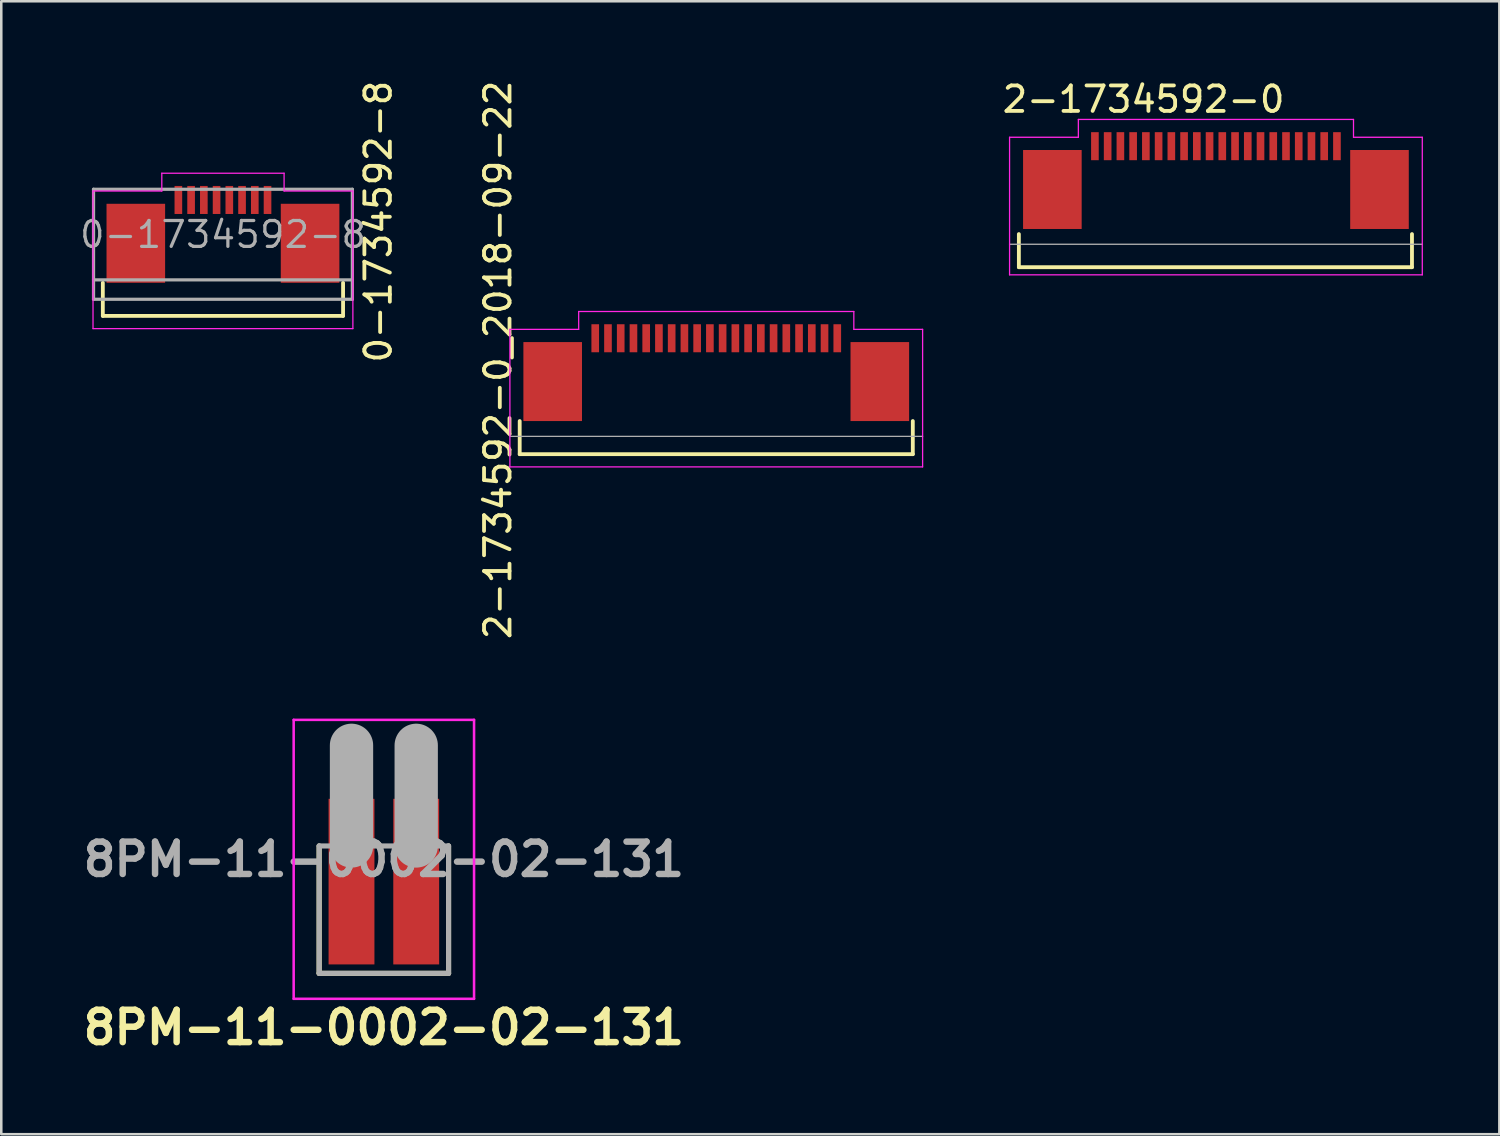
<source format=kicad_pcb>
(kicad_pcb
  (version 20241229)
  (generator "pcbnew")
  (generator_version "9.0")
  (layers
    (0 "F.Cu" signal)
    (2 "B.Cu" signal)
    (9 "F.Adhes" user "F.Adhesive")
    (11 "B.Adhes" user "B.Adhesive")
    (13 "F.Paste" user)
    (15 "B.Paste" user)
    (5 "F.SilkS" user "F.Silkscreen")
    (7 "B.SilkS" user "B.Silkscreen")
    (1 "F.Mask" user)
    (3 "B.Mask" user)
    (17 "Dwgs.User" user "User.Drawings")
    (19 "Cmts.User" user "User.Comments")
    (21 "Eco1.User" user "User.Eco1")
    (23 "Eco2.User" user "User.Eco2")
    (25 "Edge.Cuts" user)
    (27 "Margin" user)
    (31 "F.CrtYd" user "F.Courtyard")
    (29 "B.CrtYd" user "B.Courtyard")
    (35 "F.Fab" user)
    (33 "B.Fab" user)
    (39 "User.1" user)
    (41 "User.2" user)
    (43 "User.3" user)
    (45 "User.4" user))
  (footprint "8PM-11-0002-02-131"
    (layer "F.Cu")
    (at 12.017 30.68)
    (property "Reference" "8PM-11-0002-02-131" (at 0 6.6 0) (layer "F.SilkS") (effects (font (size 1.27 1.27) (thickness 0.254))))
    (attr smd)
    (fp_line (start -2.54 -0.525) (end -2.54 4.475) (stroke (width 0.2) (type solid)) (layer "F.SilkS"))
    (fp_line (start -2.54 4.475) (end 2.54 4.475) (stroke (width 0.2) (type solid)) (layer "F.SilkS"))
    (fp_line (start 2.54 4.475) (end 2.54 -0.525) (stroke (width 0.2) (type solid)) (layer "F.SilkS"))
    (fp_line (start -3.54 -5.475) (end 3.54 -5.475) (stroke (width 0.1) (type solid)) (layer "F.CrtYd"))
    (fp_line (start -3.54 5.475) (end -3.54 -5.475) (stroke (width 0.1) (type solid)) (layer "F.CrtYd"))
    (fp_line (start 3.54 -5.475) (end 3.54 5.475) (stroke (width 0.1) (type solid)) (layer "F.CrtYd"))
    (fp_line (start 3.54 5.475) (end -3.54 5.475) (stroke (width 0.1) (type solid)) (layer "F.CrtYd"))
    (fp_line (start -2.54 -0.525) (end 2.54 -0.525) (stroke (width 0.2) (type solid)) (layer "F.Fab"))
    (fp_line (start -2.54 4.475) (end -2.54 -0.525) (stroke (width 0.2) (type solid)) (layer "F.Fab"))
    (fp_line (start -1.27 -0.525) (end -1.27 -4.475) (stroke (width 1.7) (type solid)) (layer "F.Fab"))
    (fp_line (start 1.27 -0.525) (end 1.27 -4.475) (stroke (width 1.7) (type solid)) (layer "F.Fab"))
    (fp_line (start 2.54 -0.525) (end 2.54 4.475) (stroke (width 0.2) (type solid)) (layer "F.Fab"))
    (fp_line (start 2.54 4.475) (end -2.54 4.475) (stroke (width 0.2) (type solid)) (layer "F.Fab"))
    (fp_text user "${REFERENCE}" (at 0 0 0) (layer "F.Fab") (effects (font (size 1.27 1.27) (thickness 0.254))))
    (pad "1" smd rect (at -1.27 0.875) (size 1.8 6.5) (layers "F.Cu" "F.Mask" "F.Paste"))
    (pad "2" smd rect (at 1.27 0.875) (size 1.8 6.5) (layers "F.Cu" "F.Mask" "F.Paste")))
  (footprint "0-1734592-8"
    (layer "F.Cu")
    (at 5.701 5.649)
    (property "Reference" "0-1734592-8" (at 6.096 0 90) (layer "F.SilkS") (effects (font (size 1 1) (thickness 0.15))))
    (attr smd)
    (fp_line (start -4.715 2.4) (end -4.715 3.7) (stroke (width 0.15) (type solid)) (layer "F.SilkS"))
    (fp_line (start -4.715 3.7) (end 4.715 3.7) (stroke (width 0.15) (type solid)) (layer "F.SilkS"))
    (fp_line (start 4.715 2.4) (end 4.715 3.7) (stroke (width 0.15) (type solid)) (layer "F.SilkS"))
    (fp_line (start -5.1 -1.2) (end -5.1 4.2) (stroke (width 0.05) (type solid)) (layer "F.CrtYd"))
    (fp_line (start -5.1 -1.2) (end -2.4 -1.2) (stroke (width 0.05) (type solid)) (layer "F.CrtYd"))
    (fp_line (start -5.1 4.2) (end 5.1 4.2) (stroke (width 0.05) (type solid)) (layer "F.CrtYd"))
    (fp_line (start -2.4 -1.9) (end -2.4 -1.2) (stroke (width 0.05) (type solid)) (layer "F.CrtYd"))
    (fp_line (start -2.4 -1.9) (end 2.4 -1.9) (stroke (width 0.05) (type solid)) (layer "F.CrtYd"))
    (fp_line (start 2.4 -1.9) (end 2.4 -1.2) (stroke (width 0.05) (type solid)) (layer "F.CrtYd"))
    (fp_line (start 2.4 -1.2) (end 5.1 -1.2) (stroke (width 0.05) (type solid)) (layer "F.CrtYd"))
    (fp_line (start 5.1 -1.2) (end 5.1 4.2) (stroke (width 0.05) (type solid)) (layer "F.CrtYd"))
    (fp_line (start -5.08 -1.27) (end 5.08 -1.27) (stroke (width 0.127) (type solid)) (layer "F.Fab"))
    (fp_line (start -5.08 3.048) (end -5.08 -1.27) (stroke (width 0.127) (type solid)) (layer "F.Fab"))
    (fp_line (start 5.08 -1.27) (end 5.08 3.048) (stroke (width 0.127) (type solid)) (layer "F.Fab"))
    (fp_line (start 5.08 2.286) (end -5.08 2.286) (stroke (width 0.127) (type solid)) (layer "F.Fab"))
    (fp_line (start 5.08 3.048) (end -5.08 3.048) (stroke (width 0.127) (type solid)) (layer "F.Fab"))
    (fp_text user "${REFERENCE}" (at 0 0.508 0) (layer "F.Fab") (effects (font (size 1.016 1.016) (thickness 0.127))))
    (pad "1" smd rect (at -1.75 -0.85) (size 0.3 1.1) (layers "F.Cu" "F.Mask" "F.Paste"))
    (pad "2" smd rect (at -1.25 -0.85) (size 0.3 1.1) (layers "F.Cu" "F.Mask" "F.Paste"))
    (pad "3" smd rect (at -0.75 -0.85) (size 0.3 1.1) (layers "F.Cu" "F.Mask" "F.Paste"))
    (pad "4" smd rect (at -0.25 -0.85) (size 0.3 1.1) (layers "F.Cu" "F.Mask" "F.Paste"))
    (pad "5" smd rect (at 0.25 -0.85) (size 0.3 1.1) (layers "F.Cu" "F.Mask" "F.Paste"))
    (pad "6" smd rect (at 0.75 -0.85) (size 0.3 1.1) (layers "F.Cu" "F.Mask" "F.Paste"))
    (pad "7" smd rect (at 1.25 -0.85) (size 0.3 1.1) (layers "F.Cu" "F.Mask" "F.Paste"))
    (pad "8" smd rect (at 1.75 -0.85) (size 0.3 1.1) (layers "F.Cu" "F.Mask" "F.Paste"))
    (pad "F1" smd rect (at -3.42 0.85) (size 2.3 3.1) (layers "F.Cu" "F.Mask" "F.Paste"))
    (pad "F2" smd rect (at 3.42 0.85) (size 2.3 3.1) (layers "F.Cu" "F.Mask" "F.Paste")))
  (footprint "2-1734592-0"
    (layer "F.Cu")
    (at 44.677 3.538)
    (property "Reference" "2-1734592-0" (at -2.84 -2.69 0) (layer "F.SilkS") (effects (font (size 1 1) (thickness 0.15))))
    (attr smd)
    (fp_line (start -7.735 2.6) (end -7.735 3.9) (stroke (width 0.15) (type solid)) (layer "F.SilkS"))
    (fp_line (start -7.735 3.9) (end 7.695 3.9) (stroke (width 0.15) (type solid)) (layer "F.SilkS"))
    (fp_line (start 7.695 2.6) (end 7.695 3.9) (stroke (width 0.15) (type solid)) (layer "F.SilkS"))
    (fp_line (start -8.1 -1.2) (end -8.1 4.2) (stroke (width 0.05) (type solid)) (layer "F.CrtYd"))
    (fp_line (start -8.1 -1.2) (end -5.4 -1.2) (stroke (width 0.05) (type solid)) (layer "F.CrtYd"))
    (fp_line (start -8.1 4.2) (end 8.1 4.2) (stroke (width 0.05) (type solid)) (layer "F.CrtYd"))
    (fp_line (start -5.4 -1.9) (end -5.4 -1.2) (stroke (width 0.05) (type solid)) (layer "F.CrtYd"))
    (fp_line (start -5.4 -1.9) (end 5.4 -1.9) (stroke (width 0.05) (type solid)) (layer "F.CrtYd"))
    (fp_line (start 5.4 -1.9) (end 5.4 -1.2) (stroke (width 0.05) (type solid)) (layer "F.CrtYd"))
    (fp_line (start 5.4 -1.2) (end 8.1 -1.2) (stroke (width 0.05) (type solid)) (layer "F.CrtYd"))
    (fp_line (start 8.1 -1.2) (end 8.1 4.2) (stroke (width 0.05) (type solid)) (layer "F.CrtYd"))
    (fp_line (start -8.1 3) (end 8.1 3) (stroke (width 0.05) (type solid)) (layer "F.Fab"))
    (pad "1" smd rect (at -4.75 -0.85) (size 0.3 1.1) (layers "F.Cu" "F.Mask" "F.Paste"))
    (pad "2" smd rect (at -4.25 -0.85) (size 0.3 1.1) (layers "F.Cu" "F.Mask" "F.Paste"))
    (pad "3" smd rect (at -3.75 -0.85) (size 0.3 1.1) (layers "F.Cu" "F.Mask" "F.Paste"))
    (pad "4" smd rect (at -3.25 -0.85) (size 0.3 1.1) (layers "F.Cu" "F.Mask" "F.Paste"))
    (pad "5" smd rect (at -2.75 -0.85) (size 0.3 1.1) (layers "F.Cu" "F.Mask" "F.Paste"))
    (pad "6" smd rect (at -2.25 -0.85) (size 0.3 1.1) (layers "F.Cu" "F.Mask" "F.Paste"))
    (pad "7" smd rect (at -1.75 -0.85) (size 0.3 1.1) (layers "F.Cu" "F.Mask" "F.Paste"))
    (pad "8" smd rect (at -1.25 -0.85) (size 0.3 1.1) (layers "F.Cu" "F.Mask" "F.Paste"))
    (pad "9" smd rect (at -0.75 -0.85) (size 0.3 1.1) (layers "F.Cu" "F.Mask" "F.Paste"))
    (pad "10" smd rect (at -0.25 -0.85) (size 0.3 1.1) (layers "F.Cu" "F.Mask" "F.Paste"))
    (pad "11" smd rect (at 0.25 -0.85) (size 0.3 1.1) (layers "F.Cu" "F.Mask" "F.Paste"))
    (pad "12" smd rect (at 0.75 -0.85) (size 0.3 1.1) (layers "F.Cu" "F.Mask" "F.Paste"))
    (pad "13" smd rect (at 1.25 -0.85) (size 0.3 1.1) (layers "F.Cu" "F.Mask" "F.Paste"))
    (pad "14" smd rect (at 1.75 -0.85) (size 0.3 1.1) (layers "F.Cu" "F.Mask" "F.Paste"))
    (pad "15" smd rect (at 2.25 -0.85) (size 0.3 1.1) (layers "F.Cu" "F.Mask" "F.Paste"))
    (pad "16" smd rect (at 2.75 -0.85) (size 0.3 1.1) (layers "F.Cu" "F.Mask" "F.Paste"))
    (pad "17" smd rect (at 3.25 -0.85) (size 0.3 1.1) (layers "F.Cu" "F.Mask" "F.Paste"))
    (pad "18" smd rect (at 3.75 -0.85) (size 0.3 1.1) (layers "F.Cu" "F.Mask" "F.Paste"))
    (pad "19" smd rect (at 4.25 -0.85) (size 0.3 1.1) (layers "F.Cu" "F.Mask" "F.Paste"))
    (pad "20" smd rect (at 4.75 -0.85) (size 0.3 1.1) (layers "F.Cu" "F.Mask" "F.Paste"))
    (pad "F1" smd rect (at -6.42 0.85) (size 2.3 3.1) (layers "F.Cu" "F.Mask" "F.Paste"))
    (pad "F2" smd rect (at 6.42 0.85) (size 2.3 3.1) (layers "F.Cu" "F.Mask" "F.Paste")))
  (footprint "2-1734592-0_2018-09-22"
    (layer "F.Cu")
    (at 25.064 11.077)
    (property "Reference" "2-1734592-0_2018-09-22" (at -8.57 0 270) (layer "F.SilkS") (effects (font (size 1 1) (thickness 0.15))))
    (attr smd)
    (fp_line (start -7.715 2.4) (end -7.715 3.7) (stroke (width 0.15) (type solid)) (layer "F.SilkS"))
    (fp_line (start -7.715 3.7) (end 7.715 3.7) (stroke (width 0.15) (type solid)) (layer "F.SilkS"))
    (fp_line (start 7.715 2.4) (end 7.715 3.7) (stroke (width 0.15) (type solid)) (layer "F.SilkS"))
    (fp_line (start -8.1 -1.2) (end -8.1 4.2) (stroke (width 0.05) (type solid)) (layer "F.CrtYd"))
    (fp_line (start -8.1 -1.2) (end -5.4 -1.2) (stroke (width 0.05) (type solid)) (layer "F.CrtYd"))
    (fp_line (start -8.1 4.2) (end 8.1 4.2) (stroke (width 0.05) (type solid)) (layer "F.CrtYd"))
    (fp_line (start -5.4 -1.9) (end -5.4 -1.2) (stroke (width 0.05) (type solid)) (layer "F.CrtYd"))
    (fp_line (start -5.4 -1.9) (end 5.4 -1.9) (stroke (width 0.05) (type solid)) (layer "F.CrtYd"))
    (fp_line (start 5.4 -1.9) (end 5.4 -1.2) (stroke (width 0.05) (type solid)) (layer "F.CrtYd"))
    (fp_line (start 5.4 -1.2) (end 8.1 -1.2) (stroke (width 0.05) (type solid)) (layer "F.CrtYd"))
    (fp_line (start 8.1 -1.2) (end 8.1 4.2) (stroke (width 0.05) (type solid)) (layer "F.CrtYd"))
    (fp_line (start -8.1 3) (end 8.1 3) (stroke (width 0.05) (type solid)) (layer "F.Fab"))
    (pad "1" smd rect (at -4.75 -0.85) (size 0.3 1.1) (layers "F.Cu" "F.Mask" "F.Paste"))
    (pad "2" smd rect (at -4.25 -0.85) (size 0.3 1.1) (layers "F.Cu" "F.Mask" "F.Paste"))
    (pad "3" smd rect (at -3.75 -0.85) (size 0.3 1.1) (layers "F.Cu" "F.Mask" "F.Paste"))
    (pad "4" smd rect (at -3.25 -0.85) (size 0.3 1.1) (layers "F.Cu" "F.Mask" "F.Paste"))
    (pad "5" smd rect (at -2.75 -0.85) (size 0.3 1.1) (layers "F.Cu" "F.Mask" "F.Paste"))
    (pad "6" smd rect (at -2.25 -0.85) (size 0.3 1.1) (layers "F.Cu" "F.Mask" "F.Paste"))
    (pad "7" smd rect (at -1.75 -0.85) (size 0.3 1.1) (layers "F.Cu" "F.Mask" "F.Paste"))
    (pad "8" smd rect (at -1.25 -0.85) (size 0.3 1.1) (layers "F.Cu" "F.Mask" "F.Paste"))
    (pad "9" smd rect (at -0.75 -0.85) (size 0.3 1.1) (layers "F.Cu" "F.Mask" "F.Paste"))
    (pad "10" smd rect (at -0.25 -0.85) (size 0.3 1.1) (layers "F.Cu" "F.Mask" "F.Paste"))
    (pad "11" smd rect (at 0.25 -0.85) (size 0.3 1.1) (layers "F.Cu" "F.Mask" "F.Paste"))
    (pad "12" smd rect (at 0.75 -0.85) (size 0.3 1.1) (layers "F.Cu" "F.Mask" "F.Paste"))
    (pad "13" smd rect (at 1.25 -0.85) (size 0.3 1.1) (layers "F.Cu" "F.Mask" "F.Paste"))
    (pad "14" smd rect (at 1.75 -0.85) (size 0.3 1.1) (layers "F.Cu" "F.Mask" "F.Paste"))
    (pad "15" smd rect (at 2.25 -0.85) (size 0.3 1.1) (layers "F.Cu" "F.Mask" "F.Paste"))
    (pad "16" smd rect (at 2.75 -0.85) (size 0.3 1.1) (layers "F.Cu" "F.Mask" "F.Paste"))
    (pad "17" smd rect (at 3.25 -0.85) (size 0.3 1.1) (layers "F.Cu" "F.Mask" "F.Paste"))
    (pad "18" smd rect (at 3.75 -0.85) (size 0.3 1.1) (layers "F.Cu" "F.Mask" "F.Paste"))
    (pad "19" smd rect (at 4.25 -0.85) (size 0.3 1.1) (layers "F.Cu" "F.Mask" "F.Paste"))
    (pad "20" smd rect (at 4.75 -0.85) (size 0.3 1.1) (layers "F.Cu" "F.Mask" "F.Paste"))
    (pad "F1" smd rect (at -6.42 0.85) (size 2.3 3.1) (layers "F.Cu" "F.Mask" "F.Paste"))
    (pad "F2" smd rect (at 6.42 0.85) (size 2.3 3.1) (layers "F.Cu" "F.Mask" "F.Paste")))
  (gr_rect
    (start -3 -3)
    (end 55.802 41.468)
    (stroke (width 0.1) (type default))
    (fill no)
    (layer "Edge.Cuts")))
</source>
